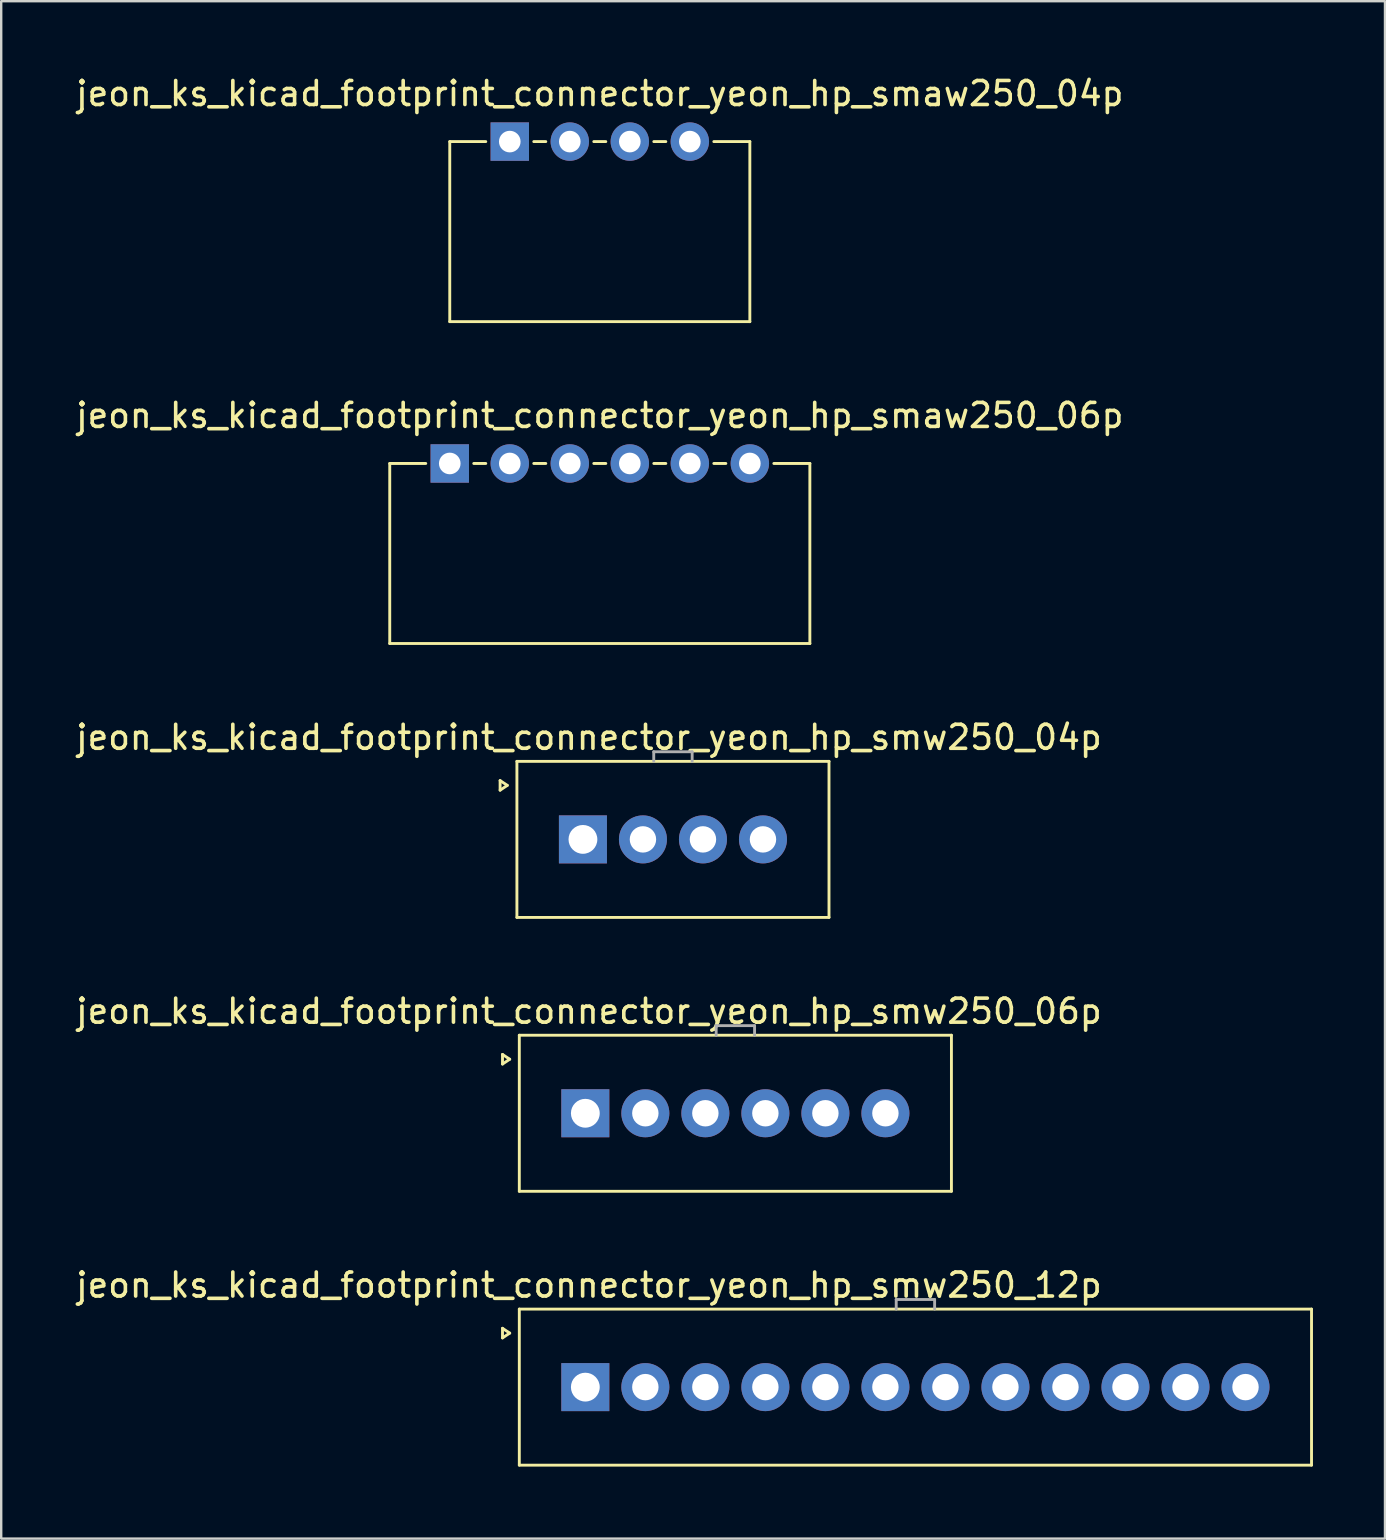
<source format=kicad_pcb>
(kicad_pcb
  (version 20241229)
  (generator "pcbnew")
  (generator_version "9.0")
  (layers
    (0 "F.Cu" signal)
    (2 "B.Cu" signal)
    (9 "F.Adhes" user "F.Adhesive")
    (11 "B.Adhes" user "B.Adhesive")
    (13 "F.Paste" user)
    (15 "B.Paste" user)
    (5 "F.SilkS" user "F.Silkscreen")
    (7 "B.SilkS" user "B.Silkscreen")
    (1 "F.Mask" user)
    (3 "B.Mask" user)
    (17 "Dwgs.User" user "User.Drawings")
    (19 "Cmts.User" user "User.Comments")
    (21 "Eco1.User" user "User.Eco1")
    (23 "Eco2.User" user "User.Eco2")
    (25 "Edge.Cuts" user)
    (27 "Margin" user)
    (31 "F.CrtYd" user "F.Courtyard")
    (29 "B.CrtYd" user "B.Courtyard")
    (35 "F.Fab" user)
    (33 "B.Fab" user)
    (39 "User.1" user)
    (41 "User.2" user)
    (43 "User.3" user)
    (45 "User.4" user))
  (footprint "jeon_ks_kicad_footprint_connector_yeon_hp_smaw250_04p"
    (layer "F.Cu")
    (at 21.935 2.848)
    (property "Reference" "jeon_ks_kicad_footprint_connector_yeon_hp_smaw250_04p" (at 0 -2 0) (unlocked yes) (layer "F.SilkS") (effects (font (size 1 1) (thickness 0.15))))
    (attr through_hole)
    (fp_line (start -6.25 0) (end -6.25 7.5) (stroke (width 0.12) (type solid)) (layer "F.SilkS"))
    (fp_line (start -6.25 7.5) (end 6.25 7.5) (stroke (width 0.12) (type solid)) (layer "F.SilkS"))
    (fp_line (start -4.75 0) (end -6.25 0) (stroke (width 0.12) (type solid)) (layer "F.SilkS"))
    (fp_line (start -2.75 0) (end -2.25 0) (stroke (width 0.12) (type solid)) (layer "F.SilkS"))
    (fp_line (start -0.25 0) (end 0.25 0) (stroke (width 0.12) (type solid)) (layer "F.SilkS"))
    (fp_line (start 2.25 0) (end 2.75 0) (stroke (width 0.12) (type solid)) (layer "F.SilkS"))
    (fp_line (start 4.75 0) (end 6.25 0) (stroke (width 0.12) (type solid)) (layer "F.SilkS"))
    (fp_line (start 6.25 7.5) (end 6.25 0) (stroke (width 0.12) (type solid)) (layer "F.SilkS"))
    (pad "1" thru_hole rect (at -3.75 0) (size 1.6 1.6) (drill 0.9) (layers "*.Cu" "*.Mask"))
    (pad "2" thru_hole circle (at -1.25 0) (size 1.6 1.6) (drill 0.9) (layers "*.Cu" "*.Mask"))
    (pad "3" thru_hole circle (at 1.25 0) (size 1.6 1.6) (drill 0.9) (layers "*.Cu" "*.Mask"))
    (pad "4" thru_hole circle (at 3.75 0) (size 1.6 1.6) (drill 0.9) (layers "*.Cu" "*.Mask")))
  (footprint "jeon_ks_kicad_footprint_connector_yeon_hp_smaw250_06p"
    (layer "F.Cu")
    (at 21.935 16.256)
    (property "Reference" "jeon_ks_kicad_footprint_connector_yeon_hp_smaw250_06p" (at 0 -2 0) (unlocked yes) (layer "F.SilkS") (effects (font (size 1 1) (thickness 0.15))))
    (attr through_hole)
    (fp_line (start -8.75 0) (end -8.75 7.5) (stroke (width 0.12) (type solid)) (layer "F.SilkS"))
    (fp_line (start -8.75 7.5) (end 8.75 7.5) (stroke (width 0.12) (type solid)) (layer "F.SilkS"))
    (fp_line (start -7.25 0) (end -8.75 0) (stroke (width 0.12) (type solid)) (layer "F.SilkS"))
    (fp_line (start -5.25 0) (end -4.75 0) (stroke (width 0.12) (type solid)) (layer "F.SilkS"))
    (fp_line (start -2.75 0) (end -2.25 0) (stroke (width 0.12) (type solid)) (layer "F.SilkS"))
    (fp_line (start -0.25 0) (end 0.25 0) (stroke (width 0.12) (type solid)) (layer "F.SilkS"))
    (fp_line (start 2.25 0) (end 2.75 0) (stroke (width 0.12) (type solid)) (layer "F.SilkS"))
    (fp_line (start 4.75 0) (end 5.25 0) (stroke (width 0.12) (type solid)) (layer "F.SilkS"))
    (fp_line (start 7.25 0) (end 8.75 0) (stroke (width 0.12) (type solid)) (layer "F.SilkS"))
    (fp_line (start 8.75 7.5) (end 8.75 0) (stroke (width 0.12) (type solid)) (layer "F.SilkS"))
    (pad "1" thru_hole rect (at -6.25 0) (size 1.6 1.6) (drill 0.9) (layers "*.Cu" "*.Mask"))
    (pad "2" thru_hole circle (at -3.75 0) (size 1.6 1.6) (drill 0.9) (layers "*.Cu" "*.Mask"))
    (pad "3" thru_hole circle (at -1.25 0) (size 1.6 1.6) (drill 0.9) (layers "*.Cu" "*.Mask"))
    (pad "4" thru_hole circle (at 1.25 0) (size 1.6 1.6) (drill 0.9) (layers "*.Cu" "*.Mask"))
    (pad "5" thru_hole circle (at 3.75 0) (size 1.6 1.6) (drill 0.9) (layers "*.Cu" "*.Mask"))
    (pad "6" thru_hole circle (at 6.25 0) (size 1.6 1.6) (drill 0.9) (layers "*.Cu" "*.Mask")))
  (footprint "jeon_ks_kicad_footprint_connector_yeon_hp_smw250_04p"
    (layer "F.Cu")
    (at 24.982 31.915)
    (property "Reference" "jeon_ks_kicad_footprint_connector_yeon_hp_smw250_04p" (at -3.5 -4.25 0) (layer "F.SilkS") (effects (font (size 1 1) (thickness 0.15))))
    (attr through_hole)
    (fp_line (start -7.2 -2.45) (end -6.9 -2.25) (stroke (width 0.12) (type solid)) (layer "F.SilkS"))
    (fp_line (start -7.2 -2.05) (end -7.2 -2.45) (stroke (width 0.12) (type solid)) (layer "F.SilkS"))
    (fp_line (start -6.9 -2.25) (end -7.2 -2.05) (stroke (width 0.12) (type solid)) (layer "F.SilkS"))
    (fp_line (start -6.5 -3.25) (end -6.5 3.25) (stroke (width 0.12) (type solid)) (layer "F.SilkS"))
    (fp_line (start -6.5 3.25) (end 6.5 3.25) (stroke (width 0.12) (type solid)) (layer "F.SilkS"))
    (fp_line (start 6.5 -3.25) (end -6.5 -3.25) (stroke (width 0.12) (type solid)) (layer "F.SilkS"))
    (fp_line (start 6.5 3.25) (end 6.5 -3.25) (stroke (width 0.12) (type solid)) (layer "F.SilkS"))
    (fp_line (start -0.8 -3.65) (end 0.8 -3.65) (stroke (width 0.12) (type solid)) (layer "F.Fab"))
    (fp_line (start -0.8 -3.25) (end -0.8 -3.65) (stroke (width 0.12) (type solid)) (layer "F.Fab"))
    (fp_line (start 0.8 -3.65) (end 0.8 -3.25) (stroke (width 0.12) (type solid)) (layer "F.Fab"))
    (pad "1" thru_hole rect (at -3.75 0 90) (size 2 2) (drill 1.2) (layers "*.Cu" "*.Mask"))
    (pad "2" thru_hole circle (at -1.25 0) (size 2 2) (drill 1.1) (layers "*.Cu" "*.Mask"))
    (pad "3" thru_hole circle (at 1.25 0) (size 2 2) (drill 1.1) (layers "*.Cu" "*.Mask"))
    (pad "4" thru_hole circle (at 3.75 0) (size 2 2) (drill 1.1) (layers "*.Cu" "*.Mask")))
  (footprint "jeon_ks_kicad_footprint_connector_yeon_hp_smw250_12p"
    (layer "F.Cu")
    (at 35.082 54.731)
    (property "Reference" "jeon_ks_kicad_footprint_connector_yeon_hp_smw250_12p" (at -13.6 -4.25 0) (layer "F.SilkS") (effects (font (size 1 1) (thickness 0.15))))
    (attr through_hole)
    (fp_line (start -17.2 -2.45) (end -16.9 -2.25) (stroke (width 0.12) (type solid)) (layer "F.SilkS"))
    (fp_line (start -17.2 -2.05) (end -17.2 -2.45) (stroke (width 0.12) (type solid)) (layer "F.SilkS"))
    (fp_line (start -16.9 -2.25) (end -17.2 -2.05) (stroke (width 0.12) (type solid)) (layer "F.SilkS"))
    (fp_line (start -16.5 -3.25) (end -16.5 3.25) (stroke (width 0.12) (type solid)) (layer "F.SilkS"))
    (fp_line (start -16.5 3.25) (end 16.5 3.25) (stroke (width 0.12) (type solid)) (layer "F.SilkS"))
    (fp_line (start 16.5 -3.25) (end -16.5 -3.25) (stroke (width 0.12) (type solid)) (layer "F.SilkS"))
    (fp_line (start 16.5 3.25) (end 16.5 -3.25) (stroke (width 0.12) (type solid)) (layer "F.SilkS"))
    (fp_line (start -0.8 -3.65) (end 0.8 -3.65) (stroke (width 0.12) (type solid)) (layer "F.Fab"))
    (fp_line (start -0.8 -3.25) (end -0.8 -3.65) (stroke (width 0.12) (type solid)) (layer "F.Fab"))
    (fp_line (start 0.8 -3.65) (end 0.8 -3.25) (stroke (width 0.12) (type solid)) (layer "F.Fab"))
    (pad "1" thru_hole rect (at -13.75 0 90) (size 2 2) (drill 1.2) (layers "*.Cu" "*.Mask"))
    (pad "2" thru_hole circle (at -11.25 0) (size 2 2) (drill 1.1) (layers "*.Cu" "*.Mask"))
    (pad "3" thru_hole circle (at -8.75 0) (size 2 2) (drill 1.1) (layers "*.Cu" "*.Mask"))
    (pad "4" thru_hole circle (at -6.25 0) (size 2 2) (drill 1.1) (layers "*.Cu" "*.Mask"))
    (pad "5" thru_hole circle (at -3.75 0) (size 2 2) (drill 1.1) (layers "*.Cu" "*.Mask"))
    (pad "6" thru_hole circle (at -1.25 0) (size 2 2) (drill 1.1) (layers "*.Cu" "*.Mask"))
    (pad "7" thru_hole circle (at 1.25 0) (size 2 2) (drill 1.1) (layers "*.Cu" "*.Mask"))
    (pad "8" thru_hole circle (at 3.75 0) (size 2 2) (drill 1.1) (layers "*.Cu" "*.Mask"))
    (pad "9" thru_hole circle (at 6.25 0) (size 2 2) (drill 1.1) (layers "*.Cu" "*.Mask"))
    (pad "10" thru_hole circle (at 8.75 0) (size 2 2) (drill 1.1) (layers "*.Cu" "*.Mask"))
    (pad "11" thru_hole circle (at 11.25 0) (size 2 2) (drill 1.1) (layers "*.Cu" "*.Mask"))
    (pad "12" thru_hole circle (at 13.75 0) (size 2 2) (drill 1.1) (layers "*.Cu" "*.Mask")))
  (footprint "jeon_ks_kicad_footprint_connector_yeon_hp_smw250_06p"
    (layer "F.Cu")
    (at 27.582 43.323)
    (property "Reference" "jeon_ks_kicad_footprint_connector_yeon_hp_smw250_06p" (at -6.1 -4.25 0) (layer "F.SilkS") (effects (font (size 1 1) (thickness 0.15))))
    (attr through_hole)
    (fp_line (start -9.7 -2.45) (end -9.4 -2.25) (stroke (width 0.12) (type solid)) (layer "F.SilkS"))
    (fp_line (start -9.7 -2.05) (end -9.7 -2.45) (stroke (width 0.12) (type solid)) (layer "F.SilkS"))
    (fp_line (start -9.4 -2.25) (end -9.7 -2.05) (stroke (width 0.12) (type solid)) (layer "F.SilkS"))
    (fp_line (start -9 -3.25) (end -9 3.25) (stroke (width 0.12) (type solid)) (layer "F.SilkS"))
    (fp_line (start -9 3.25) (end 9 3.25) (stroke (width 0.12) (type solid)) (layer "F.SilkS"))
    (fp_line (start 9 -3.25) (end -9 -3.25) (stroke (width 0.12) (type solid)) (layer "F.SilkS"))
    (fp_line (start 9 3.25) (end 9 -3.25) (stroke (width 0.12) (type solid)) (layer "F.SilkS"))
    (fp_line (start -0.8 -3.65) (end 0.8 -3.65) (stroke (width 0.12) (type solid)) (layer "F.Fab"))
    (fp_line (start -0.8 -3.25) (end -0.8 -3.65) (stroke (width 0.12) (type solid)) (layer "F.Fab"))
    (fp_line (start 0.8 -3.65) (end 0.8 -3.25) (stroke (width 0.12) (type solid)) (layer "F.Fab"))
    (pad "1" thru_hole rect (at -6.25 0 90) (size 2 2) (drill 1.2) (layers "*.Cu" "*.Mask"))
    (pad "2" thru_hole circle (at -3.75 0) (size 2 2) (drill 1.1) (layers "*.Cu" "*.Mask"))
    (pad "3" thru_hole circle (at -1.25 0) (size 2 2) (drill 1.1) (layers "*.Cu" "*.Mask"))
    (pad "4" thru_hole circle (at 1.25 0) (size 2 2) (drill 1.1) (layers "*.Cu" "*.Mask"))
    (pad "5" thru_hole circle (at 3.75 0) (size 2 2) (drill 1.1) (layers "*.Cu" "*.Mask"))
    (pad "6" thru_hole circle (at 6.25 0) (size 2 2) (drill 1.1) (layers "*.Cu" "*.Mask")))
  (gr_rect
    (start -3 -3)
    (end 54.642 61.041)
    (stroke (width 0.1) (type default))
    (fill no)
    (layer "Edge.Cuts")))
</source>
